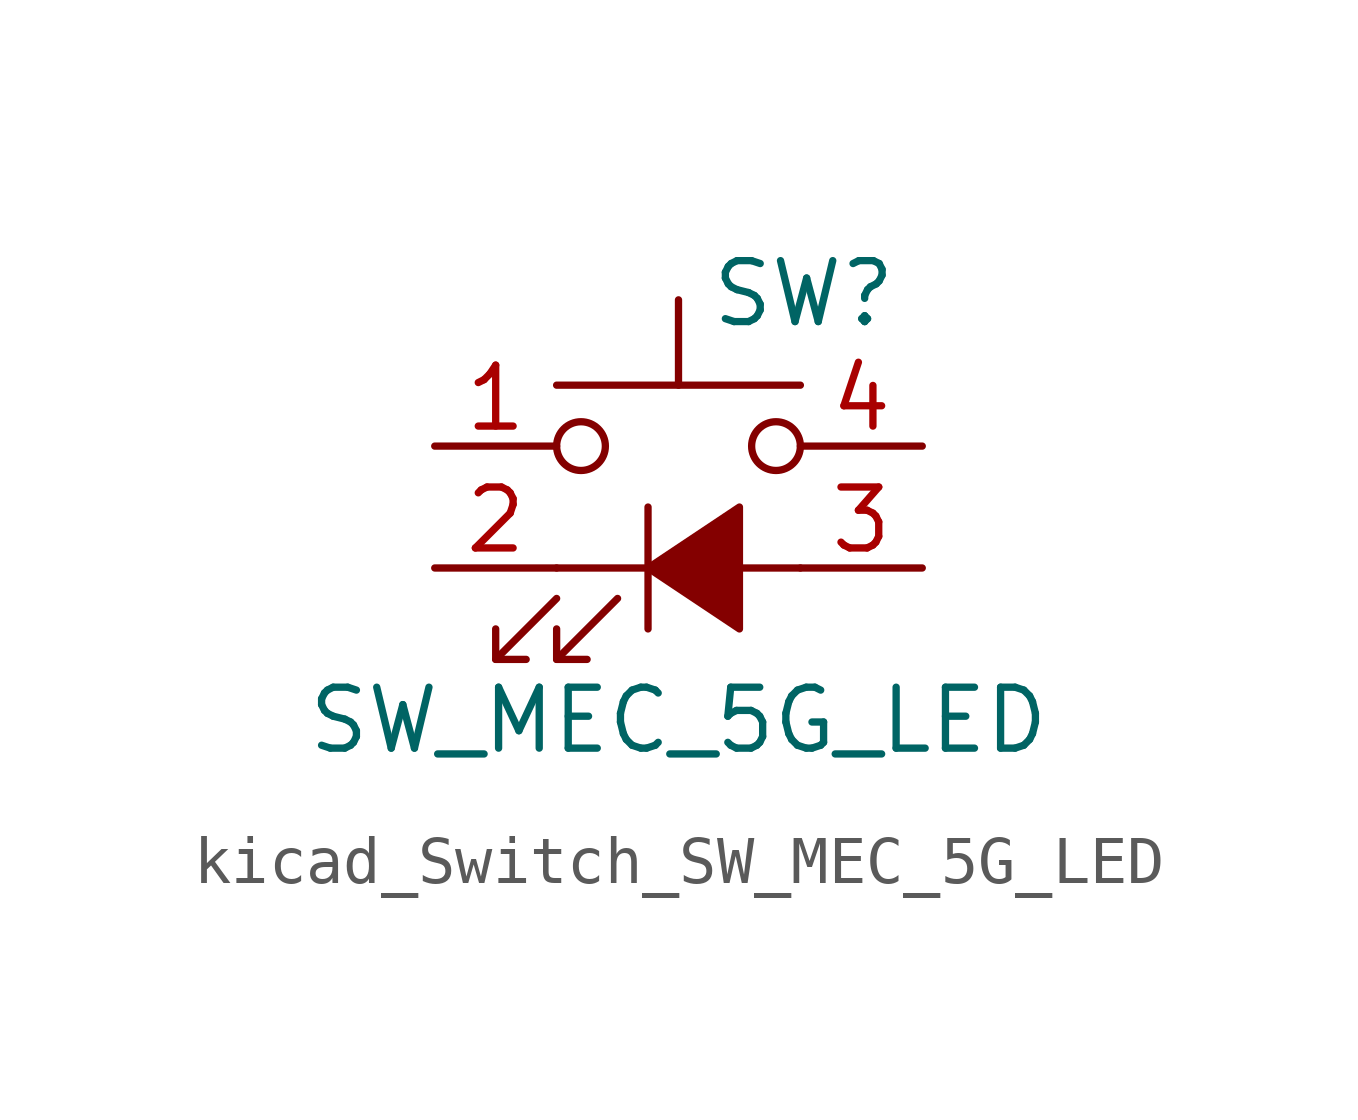
<source format=kicad_sym>
(kicad_symbol_lib
  (version 20220914)
  (generator kicad_symbol_editor)
  (symbol "kicad_Switch_SW_MEC_5G_LED"
    (pin_names
      (offset 1.016) hide)
    (property "Reference" "SW"
      (at 0.635 5.715 0)
      (effects (font (size 1.27 1.27)) (justify left)))
    (property "Value" "SW_MEC_5G_LED"
      (at 0 -3.175 0)
      (effects (font (size 1.27 1.27))))
    (symbol "kicad_Switch_SW_MEC_5G_LED_0_0"
      (polyline (pts (xy -3.81 -1.905) (xy -2.54 -0.635)) (stroke (width 0) (type default)) (fill (type none)))
      (polyline (pts (xy -2.54 -1.905) (xy -1.27 -0.635)) (stroke (width 0) (type default)) (fill (type none)))
      (polyline (pts (xy -2.54 0) (xy 2.54 0)) (stroke (width 0) (type default)) (fill (type none)))
      (polyline (pts (xy -0.635 1.27) (xy -0.635 -1.27)) (stroke (width 0) (type default)) (fill (type none)))
      (polyline (pts (xy -3.81 -1.27) (xy -3.81 -1.905) (xy -3.175 -1.905)) (stroke (width 0) (type default)) (fill (type none)))
      (polyline (pts (xy -2.54 -1.27) (xy -2.54 -1.905) (xy -1.905 -1.905)) (stroke (width 0) (type default)) (fill (type none)))
      (polyline (pts (xy -0.635 0) (xy 1.27 1.27) (xy 1.27 -1.27) (xy -0.635 0)) (stroke (width 0) (type default)) (fill (type outline))))
    (symbol "kicad_Switch_SW_MEC_5G_LED_0_1"
      (circle (center -2.032 2.54) (radius 0.508) (stroke (width 0) (type default)) (fill (type none)))
      (polyline (pts (xy 0 3.81) (xy 0 5.588)) (stroke (width 0) (type default)) (fill (type none)))
      (polyline (pts (xy 2.54 3.81) (xy -2.54 3.81)) (stroke (width 0) (type default)) (fill (type none)))
      (circle (center 2.032 2.54) (radius 0.508) (stroke (width 0) (type default)) (fill (type none)))
      (pin passive line (at -5.08 2.54 0) (length 2.54) (name "1" (effects (font (size 1.27 1.27)))) (number "1" (effects (font (size 1.27 1.27)))))
      (pin passive line (at -5.08 0 0) (length 2.54) (name "2" (effects (font (size 1.27 1.27)))) (number "2" (effects (font (size 1.27 1.27)))))
      (pin passive line (at 5.08 0 180) (length 2.54) (name "K" (effects (font (size 1.27 1.27)))) (number "3" (effects (font (size 1.27 1.27)))))
      (pin passive line (at 5.08 2.54 180) (length 2.54) (name "A" (effects (font (size 1.27 1.27)))) (number "4" (effects (font (size 1.27 1.27))))))))
</source>
